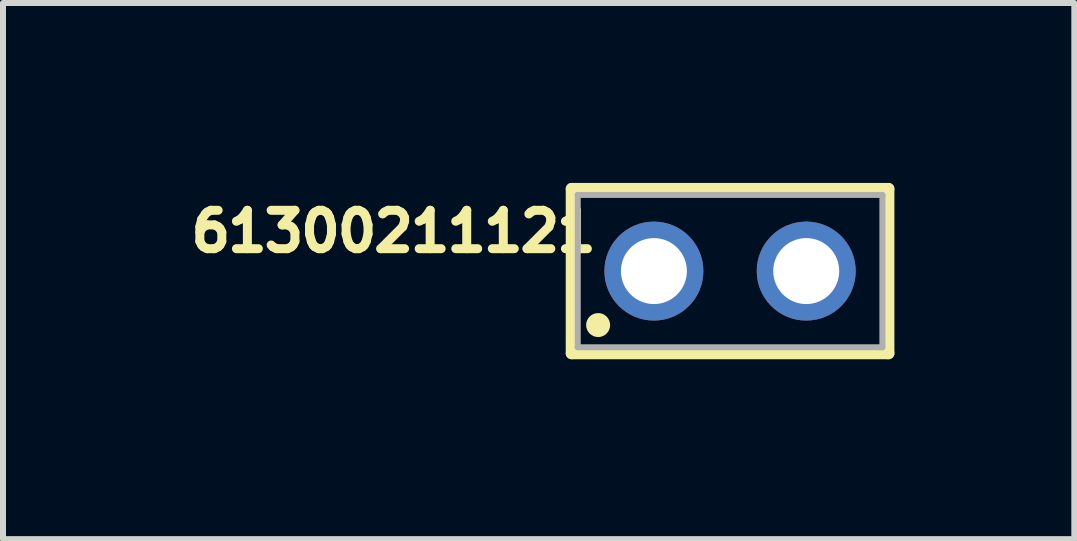
<source format=kicad_pcb>
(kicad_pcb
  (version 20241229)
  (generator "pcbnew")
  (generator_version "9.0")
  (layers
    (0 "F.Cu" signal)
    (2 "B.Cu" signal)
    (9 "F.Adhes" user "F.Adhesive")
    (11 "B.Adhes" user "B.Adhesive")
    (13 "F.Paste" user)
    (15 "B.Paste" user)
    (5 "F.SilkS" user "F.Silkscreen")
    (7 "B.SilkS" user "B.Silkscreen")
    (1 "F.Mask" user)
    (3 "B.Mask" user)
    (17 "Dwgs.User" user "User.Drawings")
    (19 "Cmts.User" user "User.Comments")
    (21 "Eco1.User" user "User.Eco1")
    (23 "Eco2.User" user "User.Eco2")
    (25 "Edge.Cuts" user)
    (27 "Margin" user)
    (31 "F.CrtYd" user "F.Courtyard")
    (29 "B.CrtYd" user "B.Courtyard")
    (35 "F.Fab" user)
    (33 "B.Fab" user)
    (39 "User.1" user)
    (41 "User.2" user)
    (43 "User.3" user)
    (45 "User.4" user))
  (footprint "61300211121"
    (layer "F.Cu")
    (at 9.123 1.47)
    (property "Reference" "61300211121" (at -5.61 -0.662 0) (layer "F.SilkS") (effects (font (size 0.64 0.64) (thickness 0.15))))
    (attr through_hole)
    (fp_line (start -2.64 -1.37) (end 2.64 -1.37) (stroke (width 0.2) (type solid)) (layer "F.SilkS"))
    (fp_line (start -2.64 1.37) (end -2.64 -1.37) (stroke (width 0.2) (type solid)) (layer "F.SilkS"))
    (fp_line (start 2.64 -1.37) (end 2.64 1.37) (stroke (width 0.2) (type solid)) (layer "F.SilkS"))
    (fp_line (start 2.64 1.37) (end -2.64 1.37) (stroke (width 0.2) (type solid)) (layer "F.SilkS"))
    (fp_circle (center -2.2 0.9) (end -2.1 0.9) (stroke (width 0.2) (type solid)) (fill no) (layer "F.SilkS"))
    (fp_line (start -2.54 -1.27) (end -2.54 1.27) (stroke (width 0.1) (type solid)) (layer "F.Fab"))
    (fp_line (start -2.54 1.27) (end 2.54 1.27) (stroke (width 0.1) (type solid)) (layer "F.Fab"))
    (fp_line (start 2.54 -1.27) (end -2.54 -1.27) (stroke (width 0.1) (type solid)) (layer "F.Fab"))
    (fp_line (start 2.54 1.27) (end 2.54 -1.27) (stroke (width 0.1) (type solid)) (layer "F.Fab"))
    (pad "1" thru_hole circle (at -1.27 0) (size 1.65 1.65) (drill 1.1) (layers "*.Cu" "*.Mask"))
    (pad "2" thru_hole circle (at 1.27 0) (size 1.65 1.65) (drill 1.1) (layers "*.Cu" "*.Mask")))
  (gr_rect
    (start -3 -3)
    (end 14.863 5.94)
    (stroke (width 0.1) (type default))
    (fill no)
    (layer "Edge.Cuts")))
</source>
